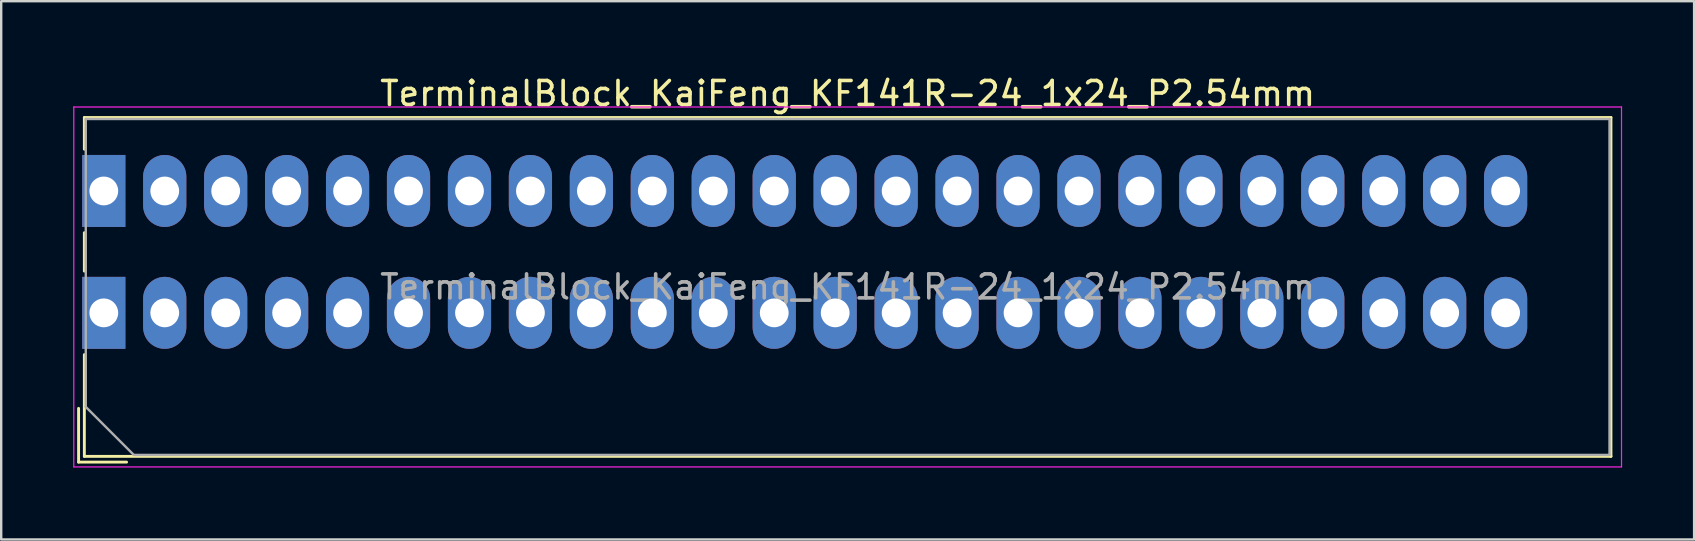
<source format=kicad_pcb>
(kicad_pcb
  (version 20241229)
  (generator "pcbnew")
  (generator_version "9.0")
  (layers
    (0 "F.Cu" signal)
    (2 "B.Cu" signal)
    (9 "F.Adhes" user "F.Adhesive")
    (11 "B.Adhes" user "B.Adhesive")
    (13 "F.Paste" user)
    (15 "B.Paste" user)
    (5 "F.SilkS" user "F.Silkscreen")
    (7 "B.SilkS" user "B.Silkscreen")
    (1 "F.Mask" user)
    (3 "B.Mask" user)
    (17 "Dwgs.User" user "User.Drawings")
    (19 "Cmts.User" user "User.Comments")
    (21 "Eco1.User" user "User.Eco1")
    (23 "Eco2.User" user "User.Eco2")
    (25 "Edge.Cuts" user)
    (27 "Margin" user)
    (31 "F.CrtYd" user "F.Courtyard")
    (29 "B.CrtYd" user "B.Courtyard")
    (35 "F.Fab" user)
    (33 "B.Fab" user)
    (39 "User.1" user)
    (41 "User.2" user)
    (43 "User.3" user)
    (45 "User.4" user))
  (footprint "TerminalBlock_KaiFeng_KF141R-24_1x24_P2.54mm"
    (layer "F.Cu")
    (at 1.275 4.908)
    (property "Reference" "TerminalBlock_KaiFeng_KF141R-24_1x24_P2.54mm" (at 31 -4.06 0) (layer "F.SilkS") (effects (font (size 1 1) (thickness 0.15))))
    (attr through_hole)
    (fp_line (start -1.05 9.06) (end -1.05 11.3) (stroke (width 0.12) (type solid)) (layer "F.SilkS"))
    (fp_line (start -1.05 11.3) (end 0.95 11.3) (stroke (width 0.12) (type solid)) (layer "F.SilkS"))
    (fp_line (start -0.81 -3.06) (end -0.81 -1.74) (stroke (width 0.12) (type solid)) (layer "F.SilkS"))
    (fp_line (start -0.81 -3.06) (end 62.81 -3.06) (stroke (width 0.12) (type solid)) (layer "F.SilkS"))
    (fp_line (start -0.81 1.74) (end -0.81 3.34) (stroke (width 0.12) (type solid)) (layer "F.SilkS"))
    (fp_line (start -0.81 6.82) (end -0.81 11.06) (stroke (width 0.12) (type solid)) (layer "F.SilkS"))
    (fp_line (start -0.81 11.06) (end 62.81 11.06) (stroke (width 0.12) (type solid)) (layer "F.SilkS"))
    (fp_line (start 62.81 -3.06) (end 62.81 11.06) (stroke (width 0.12) (type solid)) (layer "F.SilkS"))
    (fp_line (start -1.25 -3.5) (end -1.25 11.5) (stroke (width 0.05) (type solid)) (layer "F.CrtYd"))
    (fp_line (start -1.25 11.5) (end 63.25 11.5) (stroke (width 0.05) (type solid)) (layer "F.CrtYd"))
    (fp_line (start 63.25 -3.5) (end -1.25 -3.5) (stroke (width 0.05) (type solid)) (layer "F.CrtYd"))
    (fp_line (start 63.25 11.5) (end 63.25 -3.5) (stroke (width 0.05) (type solid)) (layer "F.CrtYd"))
    (fp_line (start -0.75 -3) (end 62.75 -3) (stroke (width 0.1) (type solid)) (layer "F.Fab"))
    (fp_line (start -0.75 9) (end -0.75 -3) (stroke (width 0.1) (type solid)) (layer "F.Fab"))
    (fp_line (start 1.25 11) (end -0.75 9) (stroke (width 0.1) (type solid)) (layer "F.Fab"))
    (fp_line (start 62.75 -3) (end 62.75 11) (stroke (width 0.1) (type solid)) (layer "F.Fab"))
    (fp_line (start 62.75 11) (end 1.25 11) (stroke (width 0.1) (type solid)) (layer "F.Fab"))
    (fp_text user "${REFERENCE}" (at 31 4 0) (layer "F.Fab") (effects (font (size 1 1) (thickness 0.15))))
    (pad "1" thru_hole rect (at 0 0) (size 1.8 3) (drill 1.2) (layers "*.Cu" "*.Mask"))
    (pad "1" thru_hole rect (at 0 5.08) (size 1.8 3) (drill 1.2) (layers "*.Cu" "*.Mask"))
    (pad "2" thru_hole oval (at 2.54 0) (size 1.8 3) (drill 1.2) (layers "*.Cu" "*.Mask"))
    (pad "2" thru_hole oval (at 2.54 5.08) (size 1.8 3) (drill 1.2) (layers "*.Cu" "*.Mask"))
    (pad "3" thru_hole oval (at 5.08 0) (size 1.8 3) (drill 1.2) (layers "*.Cu" "*.Mask"))
    (pad "3" thru_hole oval (at 5.08 5.08) (size 1.8 3) (drill 1.2) (layers "*.Cu" "*.Mask"))
    (pad "4" thru_hole oval (at 7.62 0) (size 1.8 3) (drill 1.2) (layers "*.Cu" "*.Mask"))
    (pad "4" thru_hole oval (at 7.62 5.08) (size 1.8 3) (drill 1.2) (layers "*.Cu" "*.Mask"))
    (pad "5" thru_hole oval (at 10.16 0) (size 1.8 3) (drill 1.2) (layers "*.Cu" "*.Mask"))
    (pad "5" thru_hole oval (at 10.16 5.08) (size 1.8 3) (drill 1.2) (layers "*.Cu" "*.Mask"))
    (pad "6" thru_hole oval (at 12.7 0) (size 1.8 3) (drill 1.2) (layers "*.Cu" "*.Mask"))
    (pad "6" thru_hole oval (at 12.7 5.08) (size 1.8 3) (drill 1.2) (layers "*.Cu" "*.Mask"))
    (pad "7" thru_hole oval (at 15.24 0) (size 1.8 3) (drill 1.2) (layers "*.Cu" "*.Mask"))
    (pad "7" thru_hole oval (at 15.24 5.08) (size 1.8 3) (drill 1.2) (layers "*.Cu" "*.Mask"))
    (pad "8" thru_hole oval (at 17.78 0) (size 1.8 3) (drill 1.2) (layers "*.Cu" "*.Mask"))
    (pad "8" thru_hole oval (at 17.78 5.08) (size 1.8 3) (drill 1.2) (layers "*.Cu" "*.Mask"))
    (pad "9" thru_hole oval (at 20.32 0) (size 1.8 3) (drill 1.2) (layers "*.Cu" "*.Mask"))
    (pad "9" thru_hole oval (at 20.32 5.08) (size 1.8 3) (drill 1.2) (layers "*.Cu" "*.Mask"))
    (pad "10" thru_hole oval (at 22.86 0) (size 1.8 3) (drill 1.2) (layers "*.Cu" "*.Mask"))
    (pad "10" thru_hole oval (at 22.86 5.08) (size 1.8 3) (drill 1.2) (layers "*.Cu" "*.Mask"))
    (pad "11" thru_hole oval (at 25.4 0) (size 1.8 3) (drill 1.2) (layers "*.Cu" "*.Mask"))
    (pad "11" thru_hole oval (at 25.4 5.08) (size 1.8 3) (drill 1.2) (layers "*.Cu" "*.Mask"))
    (pad "12" thru_hole oval (at 27.94 0) (size 1.8 3) (drill 1.2) (layers "*.Cu" "*.Mask"))
    (pad "12" thru_hole oval (at 27.94 5.08) (size 1.8 3) (drill 1.2) (layers "*.Cu" "*.Mask"))
    (pad "13" thru_hole oval (at 30.48 0) (size 1.8 3) (drill 1.2) (layers "*.Cu" "*.Mask"))
    (pad "13" thru_hole oval (at 30.48 5.08) (size 1.8 3) (drill 1.2) (layers "*.Cu" "*.Mask"))
    (pad "14" thru_hole oval (at 33.02 0) (size 1.8 3) (drill 1.2) (layers "*.Cu" "*.Mask"))
    (pad "14" thru_hole oval (at 33.02 5.08) (size 1.8 3) (drill 1.2) (layers "*.Cu" "*.Mask"))
    (pad "15" thru_hole oval (at 35.56 0) (size 1.8 3) (drill 1.2) (layers "*.Cu" "*.Mask"))
    (pad "15" thru_hole oval (at 35.56 5.08) (size 1.8 3) (drill 1.2) (layers "*.Cu" "*.Mask"))
    (pad "16" thru_hole oval (at 38.1 0) (size 1.8 3) (drill 1.2) (layers "*.Cu" "*.Mask"))
    (pad "16" thru_hole oval (at 38.1 5.08) (size 1.8 3) (drill 1.2) (layers "*.Cu" "*.Mask"))
    (pad "17" thru_hole oval (at 40.64 0) (size 1.8 3) (drill 1.2) (layers "*.Cu" "*.Mask"))
    (pad "17" thru_hole oval (at 40.64 5.08) (size 1.8 3) (drill 1.2) (layers "*.Cu" "*.Mask"))
    (pad "18" thru_hole oval (at 43.18 0) (size 1.8 3) (drill 1.2) (layers "*.Cu" "*.Mask"))
    (pad "18" thru_hole oval (at 43.18 5.08) (size 1.8 3) (drill 1.2) (layers "*.Cu" "*.Mask"))
    (pad "19" thru_hole oval (at 45.72 0) (size 1.8 3) (drill 1.2) (layers "*.Cu" "*.Mask"))
    (pad "19" thru_hole oval (at 45.72 5.08) (size 1.8 3) (drill 1.2) (layers "*.Cu" "*.Mask"))
    (pad "20" thru_hole oval (at 48.26 0) (size 1.8 3) (drill 1.2) (layers "*.Cu" "*.Mask"))
    (pad "20" thru_hole oval (at 48.26 5.08) (size 1.8 3) (drill 1.2) (layers "*.Cu" "*.Mask"))
    (pad "21" thru_hole oval (at 50.8 0) (size 1.8 3) (drill 1.2) (layers "*.Cu" "*.Mask"))
    (pad "21" thru_hole oval (at 50.8 5.08) (size 1.8 3) (drill 1.2) (layers "*.Cu" "*.Mask"))
    (pad "22" thru_hole oval (at 53.34 0) (size 1.8 3) (drill 1.2) (layers "*.Cu" "*.Mask"))
    (pad "22" thru_hole oval (at 53.34 5.08) (size 1.8 3) (drill 1.2) (layers "*.Cu" "*.Mask"))
    (pad "23" thru_hole oval (at 55.88 0) (size 1.8 3) (drill 1.2) (layers "*.Cu" "*.Mask"))
    (pad "23" thru_hole oval (at 55.88 5.08) (size 1.8 3) (drill 1.2) (layers "*.Cu" "*.Mask"))
    (pad "24" thru_hole oval (at 58.42 0) (size 1.8 3) (drill 1.2) (layers "*.Cu" "*.Mask"))
    (pad "24" thru_hole oval (at 58.42 5.08) (size 1.8 3) (drill 1.2) (layers "*.Cu" "*.Mask")))
  (gr_rect
    (start -3 -3)
    (end 67.55 19.433)
    (stroke (width 0.1) (type default))
    (fill no)
    (layer "Edge.Cuts")))
</source>
